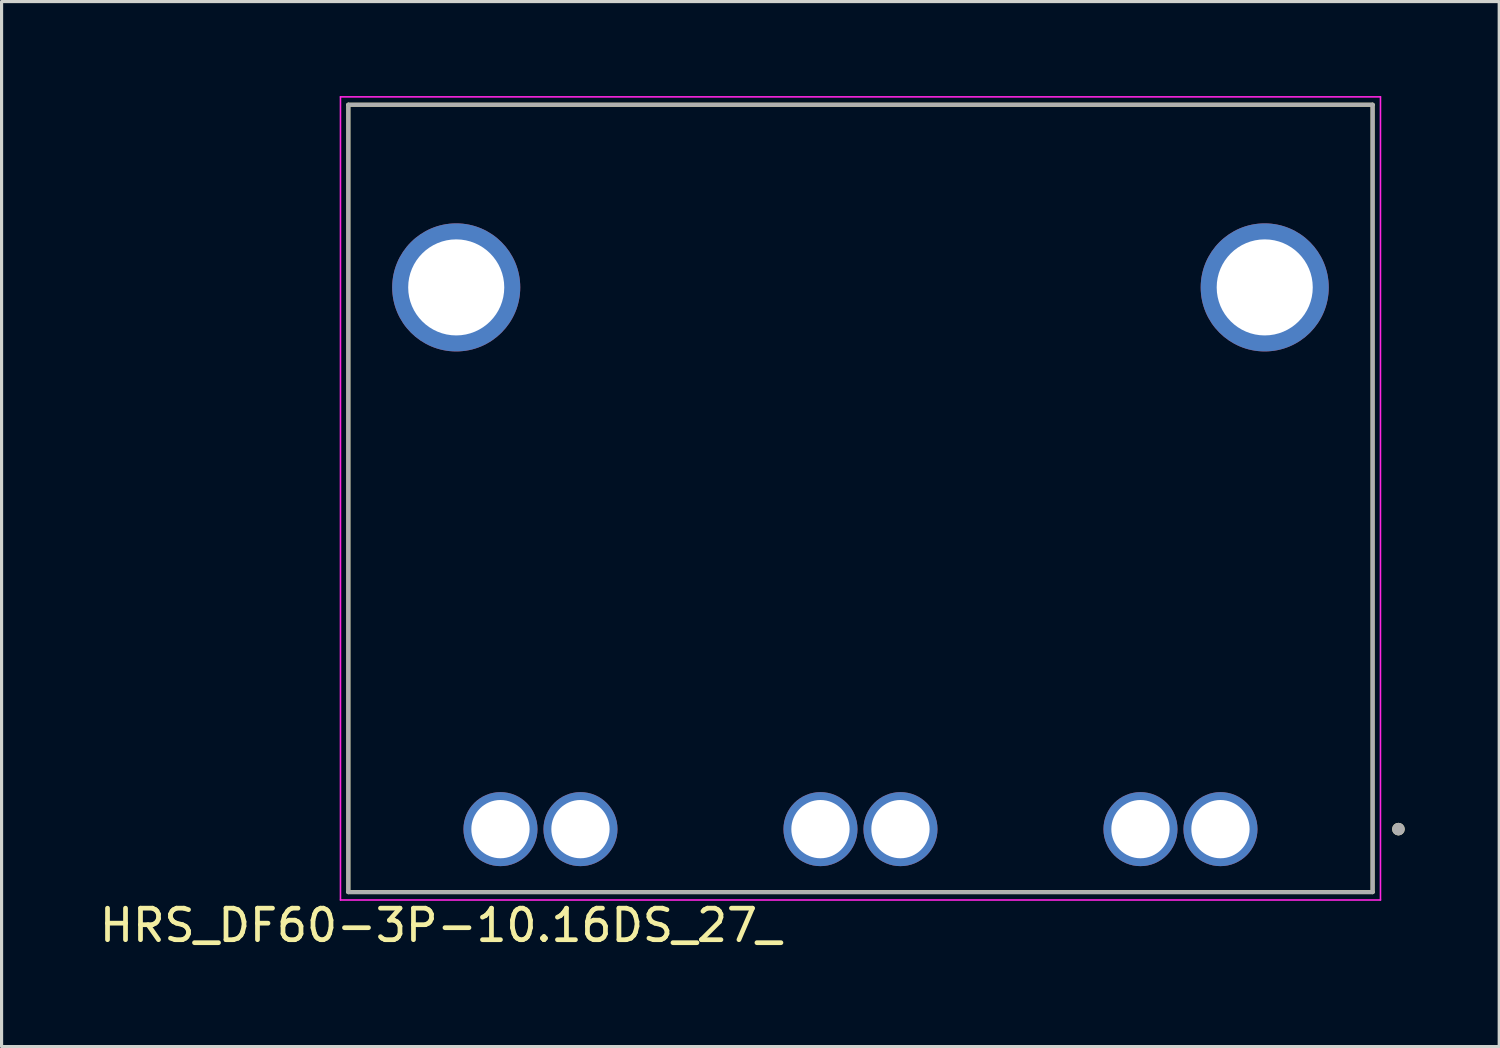
<source format=kicad_pcb>
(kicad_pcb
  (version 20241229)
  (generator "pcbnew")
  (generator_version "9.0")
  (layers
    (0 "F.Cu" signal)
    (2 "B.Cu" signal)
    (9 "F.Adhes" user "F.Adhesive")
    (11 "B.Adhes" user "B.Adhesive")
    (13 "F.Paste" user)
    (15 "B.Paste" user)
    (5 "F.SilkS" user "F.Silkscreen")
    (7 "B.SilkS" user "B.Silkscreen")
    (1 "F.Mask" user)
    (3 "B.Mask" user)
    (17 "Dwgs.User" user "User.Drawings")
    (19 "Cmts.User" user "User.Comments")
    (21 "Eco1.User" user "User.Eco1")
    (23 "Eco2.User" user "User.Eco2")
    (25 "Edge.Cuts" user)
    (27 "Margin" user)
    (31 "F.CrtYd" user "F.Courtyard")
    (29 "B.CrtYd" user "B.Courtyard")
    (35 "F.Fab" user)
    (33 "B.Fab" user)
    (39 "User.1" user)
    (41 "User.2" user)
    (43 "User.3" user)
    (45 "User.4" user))
  (footprint "HRS_DF60-3P-10.16DS_27_"
    (layer "F.Cu")
    (at 24.27 12.775)
    (property "Reference" "HRS_DF60-3P-10.16DS_27_" (at -13.335 13.555 0) (layer "F.SilkS") (effects (font (size 1 1) (thickness 0.15))))
    (attr through_hole)
    (fp_line (start -16.26 -12.5) (end -16.26 12.5) (stroke (width 0.127) (type solid)) (layer "F.SilkS"))
    (fp_line (start -16.26 12.5) (end 16.26 12.5) (stroke (width 0.127) (type solid)) (layer "F.SilkS"))
    (fp_line (start 16.26 -12.5) (end -16.26 -12.5) (stroke (width 0.127) (type solid)) (layer "F.SilkS"))
    (fp_line (start 16.26 12.5) (end 16.26 -12.5) (stroke (width 0.127) (type solid)) (layer "F.SilkS"))
    (fp_circle (center 17.08 10.5) (end 17.18 10.5) (stroke (width 0.2) (type solid)) (fill no) (layer "F.SilkS"))
    (fp_line (start -16.51 -12.75) (end -16.51 12.75) (stroke (width 0.05) (type solid)) (layer "F.CrtYd"))
    (fp_line (start -16.51 12.75) (end 16.51 12.75) (stroke (width 0.05) (type solid)) (layer "F.CrtYd"))
    (fp_line (start 16.51 -12.75) (end -16.51 -12.75) (stroke (width 0.05) (type solid)) (layer "F.CrtYd"))
    (fp_line (start 16.51 12.75) (end 16.51 -12.75) (stroke (width 0.05) (type solid)) (layer "F.CrtYd"))
    (fp_line (start -16.26 -12.5) (end -16.26 12.5) (stroke (width 0.127) (type solid)) (layer "F.Fab"))
    (fp_line (start -16.26 12.5) (end 16.26 12.5) (stroke (width 0.127) (type solid)) (layer "F.Fab"))
    (fp_line (start 16.26 -12.5) (end -16.26 -12.5) (stroke (width 0.127) (type solid)) (layer "F.Fab"))
    (fp_line (start 16.26 12.5) (end 16.26 -12.5) (stroke (width 0.127) (type solid)) (layer "F.Fab"))
    (fp_circle (center 17.08 10.5) (end 17.18 10.5) (stroke (width 0.2) (type solid)) (fill no) (layer "F.Fab"))
    (pad "P1_1" thru_hole circle (at 11.43 10.5) (size 2.35 2.35) (drill 1.85) (layers "*.Cu" "*.Mask"))
    (pad "P1_2" thru_hole circle (at 8.89 10.5) (size 2.35 2.35) (drill 1.85) (layers "*.Cu" "*.Mask"))
    (pad "P2_1" thru_hole circle (at 1.27 10.5) (size 2.35 2.35) (drill 1.85) (layers "*.Cu" "*.Mask"))
    (pad "P2_2" thru_hole circle (at -1.27 10.5) (size 2.35 2.35) (drill 1.85) (layers "*.Cu" "*.Mask"))
    (pad "P3_1" thru_hole circle (at -8.89 10.5) (size 2.35 2.35) (drill 1.85) (layers "*.Cu" "*.Mask"))
    (pad "P3_2" thru_hole circle (at -11.43 10.5) (size 2.35 2.35) (drill 1.85) (layers "*.Cu" "*.Mask"))
    (pad "S1" thru_hole circle (at 12.835 -6.7) (size 4.066 4.066) (drill 3.05) (layers "*.Cu" "*.Mask"))
    (pad "S2" thru_hole circle (at -12.835 -6.7) (size 4.066 4.066) (drill 3.05) (layers "*.Cu" "*.Mask")))
  (gr_rect
    (start -3 -3)
    (end 44.55 30.178)
    (stroke (width 0.1) (type default))
    (fill no)
    (layer "Edge.Cuts")))
</source>
